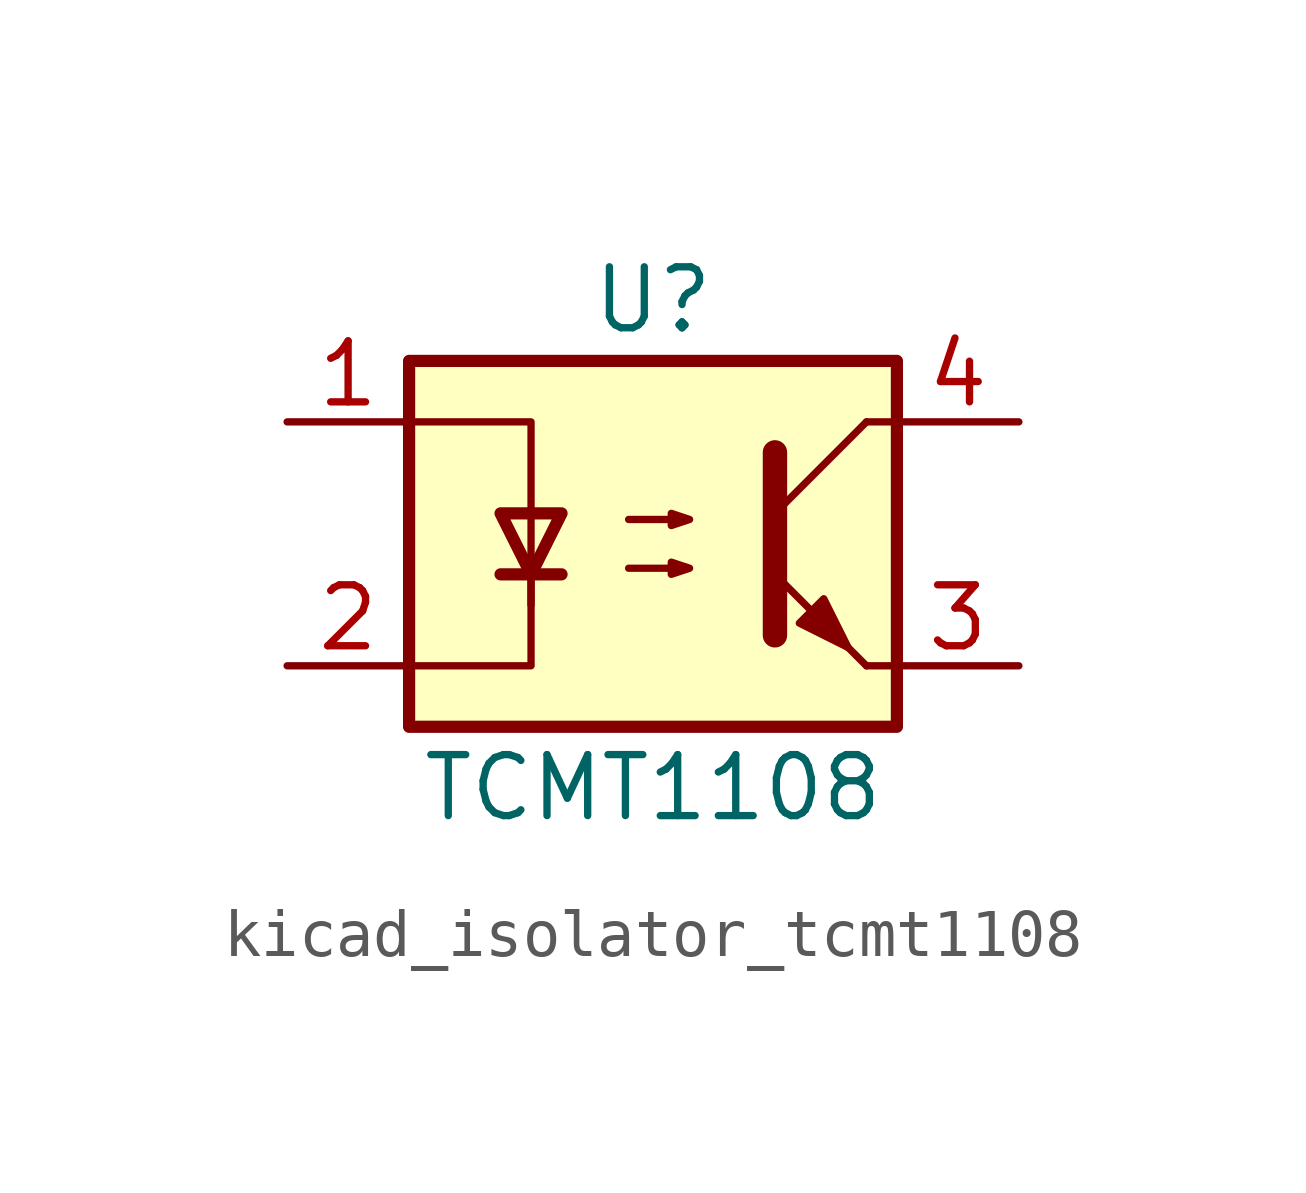
<source format=kicad_sym>
(kicad_symbol_lib
  (version 20220914)
  (generator kicad_symbol_editor)
  (symbol "kicad_isolator_tcmt1108"
    (pin_names
      (offset 1.016))
    (property "Reference" "U"
      (at 0 5.08 0)
      (effects (font (size 1.27 1.27))))
    (property "Value" "TCMT1108"
      (at 0 -5.08 0)
      (effects (font (size 1.27 1.27))))
    (symbol "kicad_isolator_tcmt1108_1_1"
      (rectangle (start -5.08 3.81) (end 5.08 -3.81) (stroke (width 0.254) (type default)) (fill (type background)))
      (polyline (pts (xy -3.175 -0.635) (xy -1.905 -0.635)) (stroke (width 0.254) (type default)) (fill (type none)))
      (polyline (pts (xy 2.54 0.635) (xy 4.445 2.54)) (stroke (width 0) (type default)) (fill (type none)))
      (polyline (pts (xy 4.445 -2.54) (xy 2.54 -0.635)) (stroke (width 0) (type default)) (fill (type outline)))
      (polyline (pts (xy 4.445 -2.54) (xy 5.08 -2.54)) (stroke (width 0) (type default)) (fill (type none)))
      (polyline (pts (xy 4.445 2.54) (xy 5.08 2.54)) (stroke (width 0) (type default)) (fill (type none)))
      (polyline (pts (xy -2.54 -0.635) (xy -2.54 -2.54) (xy -5.08 -2.54)) (stroke (width 0) (type default)) (fill (type none)))
      (polyline (pts (xy 2.54 1.905) (xy 2.54 -1.905) (xy 2.54 -1.905)) (stroke (width 0.508) (type default)) (fill (type none)))
      (polyline (pts (xy -5.08 2.54) (xy -2.54 2.54) (xy -2.54 -1.27) (xy -2.54 0.635)) (stroke (width 0) (type default)) (fill (type none)))
      (polyline (pts (xy -2.54 -0.635) (xy -3.175 0.635) (xy -1.905 0.635) (xy -2.54 -0.635)) (stroke (width 0.254) (type default)) (fill (type none)))
      (polyline (pts (xy -0.508 -0.508) (xy 0.762 -0.508) (xy 0.381 -0.635) (xy 0.381 -0.381) (xy 0.762 -0.508)) (stroke (width 0) (type default)) (fill (type none)))
      (polyline (pts (xy -0.508 0.508) (xy 0.762 0.508) (xy 0.381 0.381) (xy 0.381 0.635) (xy 0.762 0.508)) (stroke (width 0) (type default)) (fill (type none)))
      (polyline (pts (xy 3.048 -1.651) (xy 3.556 -1.143) (xy 4.064 -2.159) (xy 3.048 -1.651) (xy 3.048 -1.651)) (stroke (width 0) (type default)) (fill (type outline)))
      (pin passive line (at -7.62 2.54 0) (length 2.54) (name "~" (effects (font (size 1.27 1.27)))) (number "1" (effects (font (size 1.27 1.27)))))
      (pin passive line (at -7.62 -2.54 0) (length 2.54) (name "~" (effects (font (size 1.27 1.27)))) (number "2" (effects (font (size 1.27 1.27)))))
      (pin passive line (at 7.62 -2.54 180) (length 2.54) (name "~" (effects (font (size 1.27 1.27)))) (number "3" (effects (font (size 1.27 1.27)))))
      (pin passive line (at 7.62 2.54 180) (length 2.54) (name "~" (effects (font (size 1.27 1.27)))) (number "4" (effects (font (size 1.27 1.27))))))))
</source>
